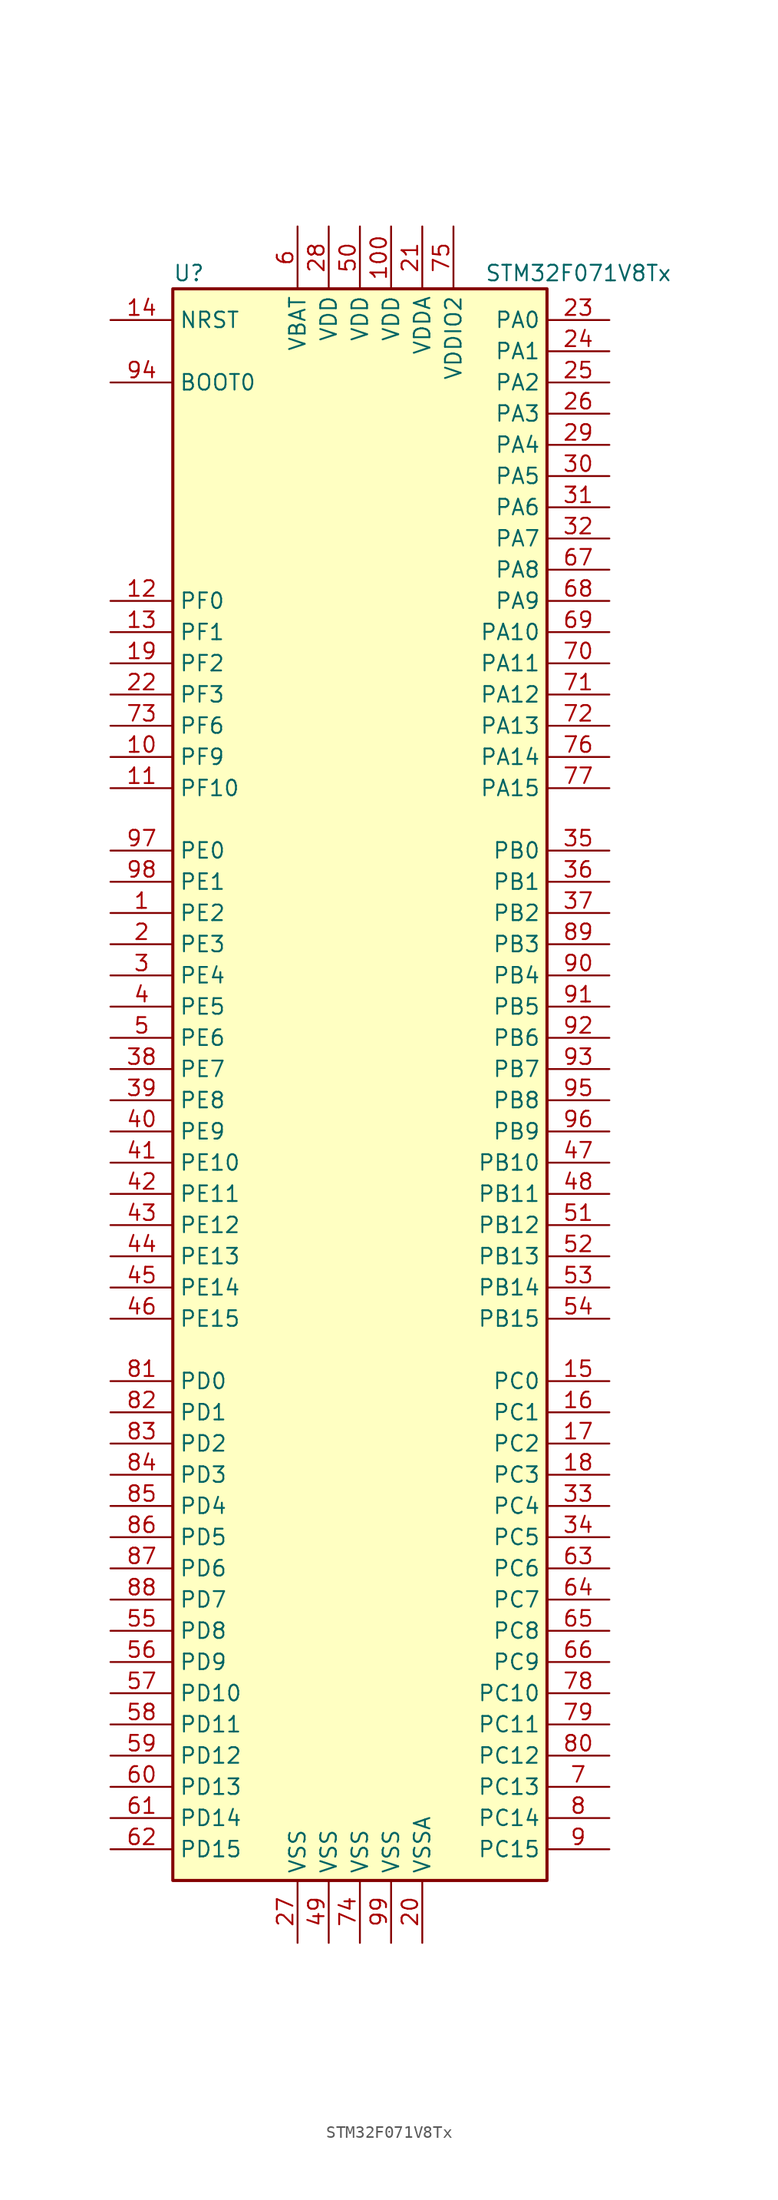
<source format=kicad_sym>
(kicad_symbol_lib
  (version 20201005)
  (generator kicad_symbol_editor)
  (symbol "MCU_ST_STM32F0:STM32F071V8Tx"
    (property "Reference" "U"
      (at -15.24 64.77 0)
      (effects (font (size 1.27 1.27)) (justify left)))
    (property "Value" "STM32F071V8Tx"
      (at 10.16 64.77 0)
      (effects (font (size 1.27 1.27)) (justify left)))
    (symbol "STM32F071V8Tx_0_1"
      (rectangle (start -15.24 -66.04) (end 15.24 63.5) (stroke (width 0.254)) (fill (type background))))
    (symbol "STM32F071V8Tx_1_1"
      (pin bidirectional line (at -20.32 12.7 0) (length 5.08) (name "PE2" (effects (font (size 1.27 1.27)))) (number "1" (effects (font (size 1.27 1.27)))))
      (pin bidirectional line (at -20.32 25.4 0) (length 5.08) (name "PF9" (effects (font (size 1.27 1.27)))) (number "10" (effects (font (size 1.27 1.27)))))
      (pin power_in line (at 2.54 68.58 270) (length 5.08) (name "VDD" (effects (font (size 1.27 1.27)))) (number "100" (effects (font (size 1.27 1.27)))))
      (pin bidirectional line (at -20.32 22.86 0) (length 5.08) (name "PF10" (effects (font (size 1.27 1.27)))) (number "11" (effects (font (size 1.27 1.27)))))
      (pin input line (at -20.32 38.1 0) (length 5.08) (name "PF0" (effects (font (size 1.27 1.27)))) (number "12" (effects (font (size 1.27 1.27)))))
      (pin input line (at -20.32 35.56 0) (length 5.08) (name "PF1" (effects (font (size 1.27 1.27)))) (number "13" (effects (font (size 1.27 1.27)))))
      (pin input line (at -20.32 60.96 0) (length 5.08) (name "NRST" (effects (font (size 1.27 1.27)))) (number "14" (effects (font (size 1.27 1.27)))))
      (pin bidirectional line (at 20.32 -25.4 180) (length 5.08) (name "PC0" (effects (font (size 1.27 1.27)))) (number "15" (effects (font (size 1.27 1.27)))))
      (pin bidirectional line (at 20.32 -27.94 180) (length 5.08) (name "PC1" (effects (font (size 1.27 1.27)))) (number "16" (effects (font (size 1.27 1.27)))))
      (pin bidirectional line (at 20.32 -30.48 180) (length 5.08) (name "PC2" (effects (font (size 1.27 1.27)))) (number "17" (effects (font (size 1.27 1.27)))))
      (pin bidirectional line (at 20.32 -33.02 180) (length 5.08) (name "PC3" (effects (font (size 1.27 1.27)))) (number "18" (effects (font (size 1.27 1.27)))))
      (pin bidirectional line (at -20.32 33.02 0) (length 5.08) (name "PF2" (effects (font (size 1.27 1.27)))) (number "19" (effects (font (size 1.27 1.27)))))
      (pin bidirectional line (at -20.32 10.16 0) (length 5.08) (name "PE3" (effects (font (size 1.27 1.27)))) (number "2" (effects (font (size 1.27 1.27)))))
      (pin power_in line (at 5.08 -71.12 90) (length 5.08) (name "VSSA" (effects (font (size 1.27 1.27)))) (number "20" (effects (font (size 1.27 1.27)))))
      (pin power_in line (at 5.08 68.58 270) (length 5.08) (name "VDDA" (effects (font (size 1.27 1.27)))) (number "21" (effects (font (size 1.27 1.27)))))
      (pin bidirectional line (at -20.32 30.48 0) (length 5.08) (name "PF3" (effects (font (size 1.27 1.27)))) (number "22" (effects (font (size 1.27 1.27)))))
      (pin bidirectional line (at 20.32 60.96 180) (length 5.08) (name "PA0" (effects (font (size 1.27 1.27)))) (number "23" (effects (font (size 1.27 1.27)))))
      (pin bidirectional line (at 20.32 58.42 180) (length 5.08) (name "PA1" (effects (font (size 1.27 1.27)))) (number "24" (effects (font (size 1.27 1.27)))))
      (pin bidirectional line (at 20.32 55.88 180) (length 5.08) (name "PA2" (effects (font (size 1.27 1.27)))) (number "25" (effects (font (size 1.27 1.27)))))
      (pin bidirectional line (at 20.32 53.34 180) (length 5.08) (name "PA3" (effects (font (size 1.27 1.27)))) (number "26" (effects (font (size 1.27 1.27)))))
      (pin power_in line (at -5.08 -71.12 90) (length 5.08) (name "VSS" (effects (font (size 1.27 1.27)))) (number "27" (effects (font (size 1.27 1.27)))))
      (pin power_in line (at -2.54 68.58 270) (length 5.08) (name "VDD" (effects (font (size 1.27 1.27)))) (number "28" (effects (font (size 1.27 1.27)))))
      (pin bidirectional line (at 20.32 50.8 180) (length 5.08) (name "PA4" (effects (font (size 1.27 1.27)))) (number "29" (effects (font (size 1.27 1.27)))))
      (pin bidirectional line (at -20.32 7.62 0) (length 5.08) (name "PE4" (effects (font (size 1.27 1.27)))) (number "3" (effects (font (size 1.27 1.27)))))
      (pin bidirectional line (at 20.32 48.26 180) (length 5.08) (name "PA5" (effects (font (size 1.27 1.27)))) (number "30" (effects (font (size 1.27 1.27)))))
      (pin bidirectional line (at 20.32 45.72 180) (length 5.08) (name "PA6" (effects (font (size 1.27 1.27)))) (number "31" (effects (font (size 1.27 1.27)))))
      (pin bidirectional line (at 20.32 43.18 180) (length 5.08) (name "PA7" (effects (font (size 1.27 1.27)))) (number "32" (effects (font (size 1.27 1.27)))))
      (pin bidirectional line (at 20.32 -35.56 180) (length 5.08) (name "PC4" (effects (font (size 1.27 1.27)))) (number "33" (effects (font (size 1.27 1.27)))))
      (pin bidirectional line (at 20.32 -38.1 180) (length 5.08) (name "PC5" (effects (font (size 1.27 1.27)))) (number "34" (effects (font (size 1.27 1.27)))))
      (pin bidirectional line (at 20.32 17.78 180) (length 5.08) (name "PB0" (effects (font (size 1.27 1.27)))) (number "35" (effects (font (size 1.27 1.27)))))
      (pin bidirectional line (at 20.32 15.24 180) (length 5.08) (name "PB1" (effects (font (size 1.27 1.27)))) (number "36" (effects (font (size 1.27 1.27)))))
      (pin bidirectional line (at 20.32 12.7 180) (length 5.08) (name "PB2" (effects (font (size 1.27 1.27)))) (number "37" (effects (font (size 1.27 1.27)))))
      (pin bidirectional line (at -20.32 0 0) (length 5.08) (name "PE7" (effects (font (size 1.27 1.27)))) (number "38" (effects (font (size 1.27 1.27)))))
      (pin bidirectional line (at -20.32 -2.54 0) (length 5.08) (name "PE8" (effects (font (size 1.27 1.27)))) (number "39" (effects (font (size 1.27 1.27)))))
      (pin bidirectional line (at -20.32 5.08 0) (length 5.08) (name "PE5" (effects (font (size 1.27 1.27)))) (number "4" (effects (font (size 1.27 1.27)))))
      (pin bidirectional line (at -20.32 -5.08 0) (length 5.08) (name "PE9" (effects (font (size 1.27 1.27)))) (number "40" (effects (font (size 1.27 1.27)))))
      (pin bidirectional line (at -20.32 -7.62 0) (length 5.08) (name "PE10" (effects (font (size 1.27 1.27)))) (number "41" (effects (font (size 1.27 1.27)))))
      (pin bidirectional line (at -20.32 -10.16 0) (length 5.08) (name "PE11" (effects (font (size 1.27 1.27)))) (number "42" (effects (font (size 1.27 1.27)))))
      (pin bidirectional line (at -20.32 -12.7 0) (length 5.08) (name "PE12" (effects (font (size 1.27 1.27)))) (number "43" (effects (font (size 1.27 1.27)))))
      (pin bidirectional line (at -20.32 -15.24 0) (length 5.08) (name "PE13" (effects (font (size 1.27 1.27)))) (number "44" (effects (font (size 1.27 1.27)))))
      (pin bidirectional line (at -20.32 -17.78 0) (length 5.08) (name "PE14" (effects (font (size 1.27 1.27)))) (number "45" (effects (font (size 1.27 1.27)))))
      (pin bidirectional line (at -20.32 -20.32 0) (length 5.08) (name "PE15" (effects (font (size 1.27 1.27)))) (number "46" (effects (font (size 1.27 1.27)))))
      (pin bidirectional line (at 20.32 -7.62 180) (length 5.08) (name "PB10" (effects (font (size 1.27 1.27)))) (number "47" (effects (font (size 1.27 1.27)))))
      (pin bidirectional line (at 20.32 -10.16 180) (length 5.08) (name "PB11" (effects (font (size 1.27 1.27)))) (number "48" (effects (font (size 1.27 1.27)))))
      (pin power_in line (at -2.54 -71.12 90) (length 5.08) (name "VSS" (effects (font (size 1.27 1.27)))) (number "49" (effects (font (size 1.27 1.27)))))
      (pin bidirectional line (at -20.32 2.54 0) (length 5.08) (name "PE6" (effects (font (size 1.27 1.27)))) (number "5" (effects (font (size 1.27 1.27)))))
      (pin power_in line (at 0 68.58 270) (length 5.08) (name "VDD" (effects (font (size 1.27 1.27)))) (number "50" (effects (font (size 1.27 1.27)))))
      (pin bidirectional line (at 20.32 -12.7 180) (length 5.08) (name "PB12" (effects (font (size 1.27 1.27)))) (number "51" (effects (font (size 1.27 1.27)))))
      (pin bidirectional line (at 20.32 -15.24 180) (length 5.08) (name "PB13" (effects (font (size 1.27 1.27)))) (number "52" (effects (font (size 1.27 1.27)))))
      (pin bidirectional line (at 20.32 -17.78 180) (length 5.08) (name "PB14" (effects (font (size 1.27 1.27)))) (number "53" (effects (font (size 1.27 1.27)))))
      (pin bidirectional line (at 20.32 -20.32 180) (length 5.08) (name "PB15" (effects (font (size 1.27 1.27)))) (number "54" (effects (font (size 1.27 1.27)))))
      (pin bidirectional line (at -20.32 -45.72 0) (length 5.08) (name "PD8" (effects (font (size 1.27 1.27)))) (number "55" (effects (font (size 1.27 1.27)))))
      (pin bidirectional line (at -20.32 -48.26 0) (length 5.08) (name "PD9" (effects (font (size 1.27 1.27)))) (number "56" (effects (font (size 1.27 1.27)))))
      (pin bidirectional line (at -20.32 -50.8 0) (length 5.08) (name "PD10" (effects (font (size 1.27 1.27)))) (number "57" (effects (font (size 1.27 1.27)))))
      (pin bidirectional line (at -20.32 -53.34 0) (length 5.08) (name "PD11" (effects (font (size 1.27 1.27)))) (number "58" (effects (font (size 1.27 1.27)))))
      (pin bidirectional line (at -20.32 -55.88 0) (length 5.08) (name "PD12" (effects (font (size 1.27 1.27)))) (number "59" (effects (font (size 1.27 1.27)))))
      (pin power_in line (at -5.08 68.58 270) (length 5.08) (name "VBAT" (effects (font (size 1.27 1.27)))) (number "6" (effects (font (size 1.27 1.27)))))
      (pin bidirectional line (at -20.32 -58.42 0) (length 5.08) (name "PD13" (effects (font (size 1.27 1.27)))) (number "60" (effects (font (size 1.27 1.27)))))
      (pin bidirectional line (at -20.32 -60.96 0) (length 5.08) (name "PD14" (effects (font (size 1.27 1.27)))) (number "61" (effects (font (size 1.27 1.27)))))
      (pin bidirectional line (at -20.32 -63.5 0) (length 5.08) (name "PD15" (effects (font (size 1.27 1.27)))) (number "62" (effects (font (size 1.27 1.27)))))
      (pin bidirectional line (at 20.32 -40.64 180) (length 5.08) (name "PC6" (effects (font (size 1.27 1.27)))) (number "63" (effects (font (size 1.27 1.27)))))
      (pin bidirectional line (at 20.32 -43.18 180) (length 5.08) (name "PC7" (effects (font (size 1.27 1.27)))) (number "64" (effects (font (size 1.27 1.27)))))
      (pin bidirectional line (at 20.32 -45.72 180) (length 5.08) (name "PC8" (effects (font (size 1.27 1.27)))) (number "65" (effects (font (size 1.27 1.27)))))
      (pin bidirectional line (at 20.32 -48.26 180) (length 5.08) (name "PC9" (effects (font (size 1.27 1.27)))) (number "66" (effects (font (size 1.27 1.27)))))
      (pin bidirectional line (at 20.32 40.64 180) (length 5.08) (name "PA8" (effects (font (size 1.27 1.27)))) (number "67" (effects (font (size 1.27 1.27)))))
      (pin bidirectional line (at 20.32 38.1 180) (length 5.08) (name "PA9" (effects (font (size 1.27 1.27)))) (number "68" (effects (font (size 1.27 1.27)))))
      (pin bidirectional line (at 20.32 35.56 180) (length 5.08) (name "PA10" (effects (font (size 1.27 1.27)))) (number "69" (effects (font (size 1.27 1.27)))))
      (pin bidirectional line (at 20.32 -58.42 180) (length 5.08) (name "PC13" (effects (font (size 1.27 1.27)))) (number "7" (effects (font (size 1.27 1.27)))))
      (pin bidirectional line (at 20.32 33.02 180) (length 5.08) (name "PA11" (effects (font (size 1.27 1.27)))) (number "70" (effects (font (size 1.27 1.27)))))
      (pin bidirectional line (at 20.32 30.48 180) (length 5.08) (name "PA12" (effects (font (size 1.27 1.27)))) (number "71" (effects (font (size 1.27 1.27)))))
      (pin bidirectional line (at 20.32 27.94 180) (length 5.08) (name "PA13" (effects (font (size 1.27 1.27)))) (number "72" (effects (font (size 1.27 1.27)))))
      (pin bidirectional line (at -20.32 27.94 0) (length 5.08) (name "PF6" (effects (font (size 1.27 1.27)))) (number "73" (effects (font (size 1.27 1.27)))))
      (pin power_in line (at 0 -71.12 90) (length 5.08) (name "VSS" (effects (font (size 1.27 1.27)))) (number "74" (effects (font (size 1.27 1.27)))))
      (pin power_in line (at 7.62 68.58 270) (length 5.08) (name "VDDIO2" (effects (font (size 1.27 1.27)))) (number "75" (effects (font (size 1.27 1.27)))))
      (pin bidirectional line (at 20.32 25.4 180) (length 5.08) (name "PA14" (effects (font (size 1.27 1.27)))) (number "76" (effects (font (size 1.27 1.27)))))
      (pin bidirectional line (at 20.32 22.86 180) (length 5.08) (name "PA15" (effects (font (size 1.27 1.27)))) (number "77" (effects (font (size 1.27 1.27)))))
      (pin bidirectional line (at 20.32 -50.8 180) (length 5.08) (name "PC10" (effects (font (size 1.27 1.27)))) (number "78" (effects (font (size 1.27 1.27)))))
      (pin bidirectional line (at 20.32 -53.34 180) (length 5.08) (name "PC11" (effects (font (size 1.27 1.27)))) (number "79" (effects (font (size 1.27 1.27)))))
      (pin bidirectional line (at 20.32 -60.96 180) (length 5.08) (name "PC14" (effects (font (size 1.27 1.27)))) (number "8" (effects (font (size 1.27 1.27)))))
      (pin bidirectional line (at 20.32 -55.88 180) (length 5.08) (name "PC12" (effects (font (size 1.27 1.27)))) (number "80" (effects (font (size 1.27 1.27)))))
      (pin bidirectional line (at -20.32 -25.4 0) (length 5.08) (name "PD0" (effects (font (size 1.27 1.27)))) (number "81" (effects (font (size 1.27 1.27)))))
      (pin bidirectional line (at -20.32 -27.94 0) (length 5.08) (name "PD1" (effects (font (size 1.27 1.27)))) (number "82" (effects (font (size 1.27 1.27)))))
      (pin bidirectional line (at -20.32 -30.48 0) (length 5.08) (name "PD2" (effects (font (size 1.27 1.27)))) (number "83" (effects (font (size 1.27 1.27)))))
      (pin bidirectional line (at -20.32 -33.02 0) (length 5.08) (name "PD3" (effects (font (size 1.27 1.27)))) (number "84" (effects (font (size 1.27 1.27)))))
      (pin bidirectional line (at -20.32 -35.56 0) (length 5.08) (name "PD4" (effects (font (size 1.27 1.27)))) (number "85" (effects (font (size 1.27 1.27)))))
      (pin bidirectional line (at -20.32 -38.1 0) (length 5.08) (name "PD5" (effects (font (size 1.27 1.27)))) (number "86" (effects (font (size 1.27 1.27)))))
      (pin bidirectional line (at -20.32 -40.64 0) (length 5.08) (name "PD6" (effects (font (size 1.27 1.27)))) (number "87" (effects (font (size 1.27 1.27)))))
      (pin bidirectional line (at -20.32 -43.18 0) (length 5.08) (name "PD7" (effects (font (size 1.27 1.27)))) (number "88" (effects (font (size 1.27 1.27)))))
      (pin bidirectional line (at 20.32 10.16 180) (length 5.08) (name "PB3" (effects (font (size 1.27 1.27)))) (number "89" (effects (font (size 1.27 1.27)))))
      (pin bidirectional line (at 20.32 -63.5 180) (length 5.08) (name "PC15" (effects (font (size 1.27 1.27)))) (number "9" (effects (font (size 1.27 1.27)))))
      (pin bidirectional line (at 20.32 7.62 180) (length 5.08) (name "PB4" (effects (font (size 1.27 1.27)))) (number "90" (effects (font (size 1.27 1.27)))))
      (pin bidirectional line (at 20.32 5.08 180) (length 5.08) (name "PB5" (effects (font (size 1.27 1.27)))) (number "91" (effects (font (size 1.27 1.27)))))
      (pin bidirectional line (at 20.32 2.54 180) (length 5.08) (name "PB6" (effects (font (size 1.27 1.27)))) (number "92" (effects (font (size 1.27 1.27)))))
      (pin bidirectional line (at 20.32 0 180) (length 5.08) (name "PB7" (effects (font (size 1.27 1.27)))) (number "93" (effects (font (size 1.27 1.27)))))
      (pin input line (at -20.32 55.88 0) (length 5.08) (name "BOOT0" (effects (font (size 1.27 1.27)))) (number "94" (effects (font (size 1.27 1.27)))))
      (pin bidirectional line (at 20.32 -2.54 180) (length 5.08) (name "PB8" (effects (font (size 1.27 1.27)))) (number "95" (effects (font (size 1.27 1.27)))))
      (pin bidirectional line (at 20.32 -5.08 180) (length 5.08) (name "PB9" (effects (font (size 1.27 1.27)))) (number "96" (effects (font (size 1.27 1.27)))))
      (pin bidirectional line (at -20.32 17.78 0) (length 5.08) (name "PE0" (effects (font (size 1.27 1.27)))) (number "97" (effects (font (size 1.27 1.27)))))
      (pin bidirectional line (at -20.32 15.24 0) (length 5.08) (name "PE1" (effects (font (size 1.27 1.27)))) (number "98" (effects (font (size 1.27 1.27)))))
      (pin power_in line (at 2.54 -71.12 90) (length 5.08) (name "VSS" (effects (font (size 1.27 1.27)))) (number "99" (effects (font (size 1.27 1.27))))))))
</source>
